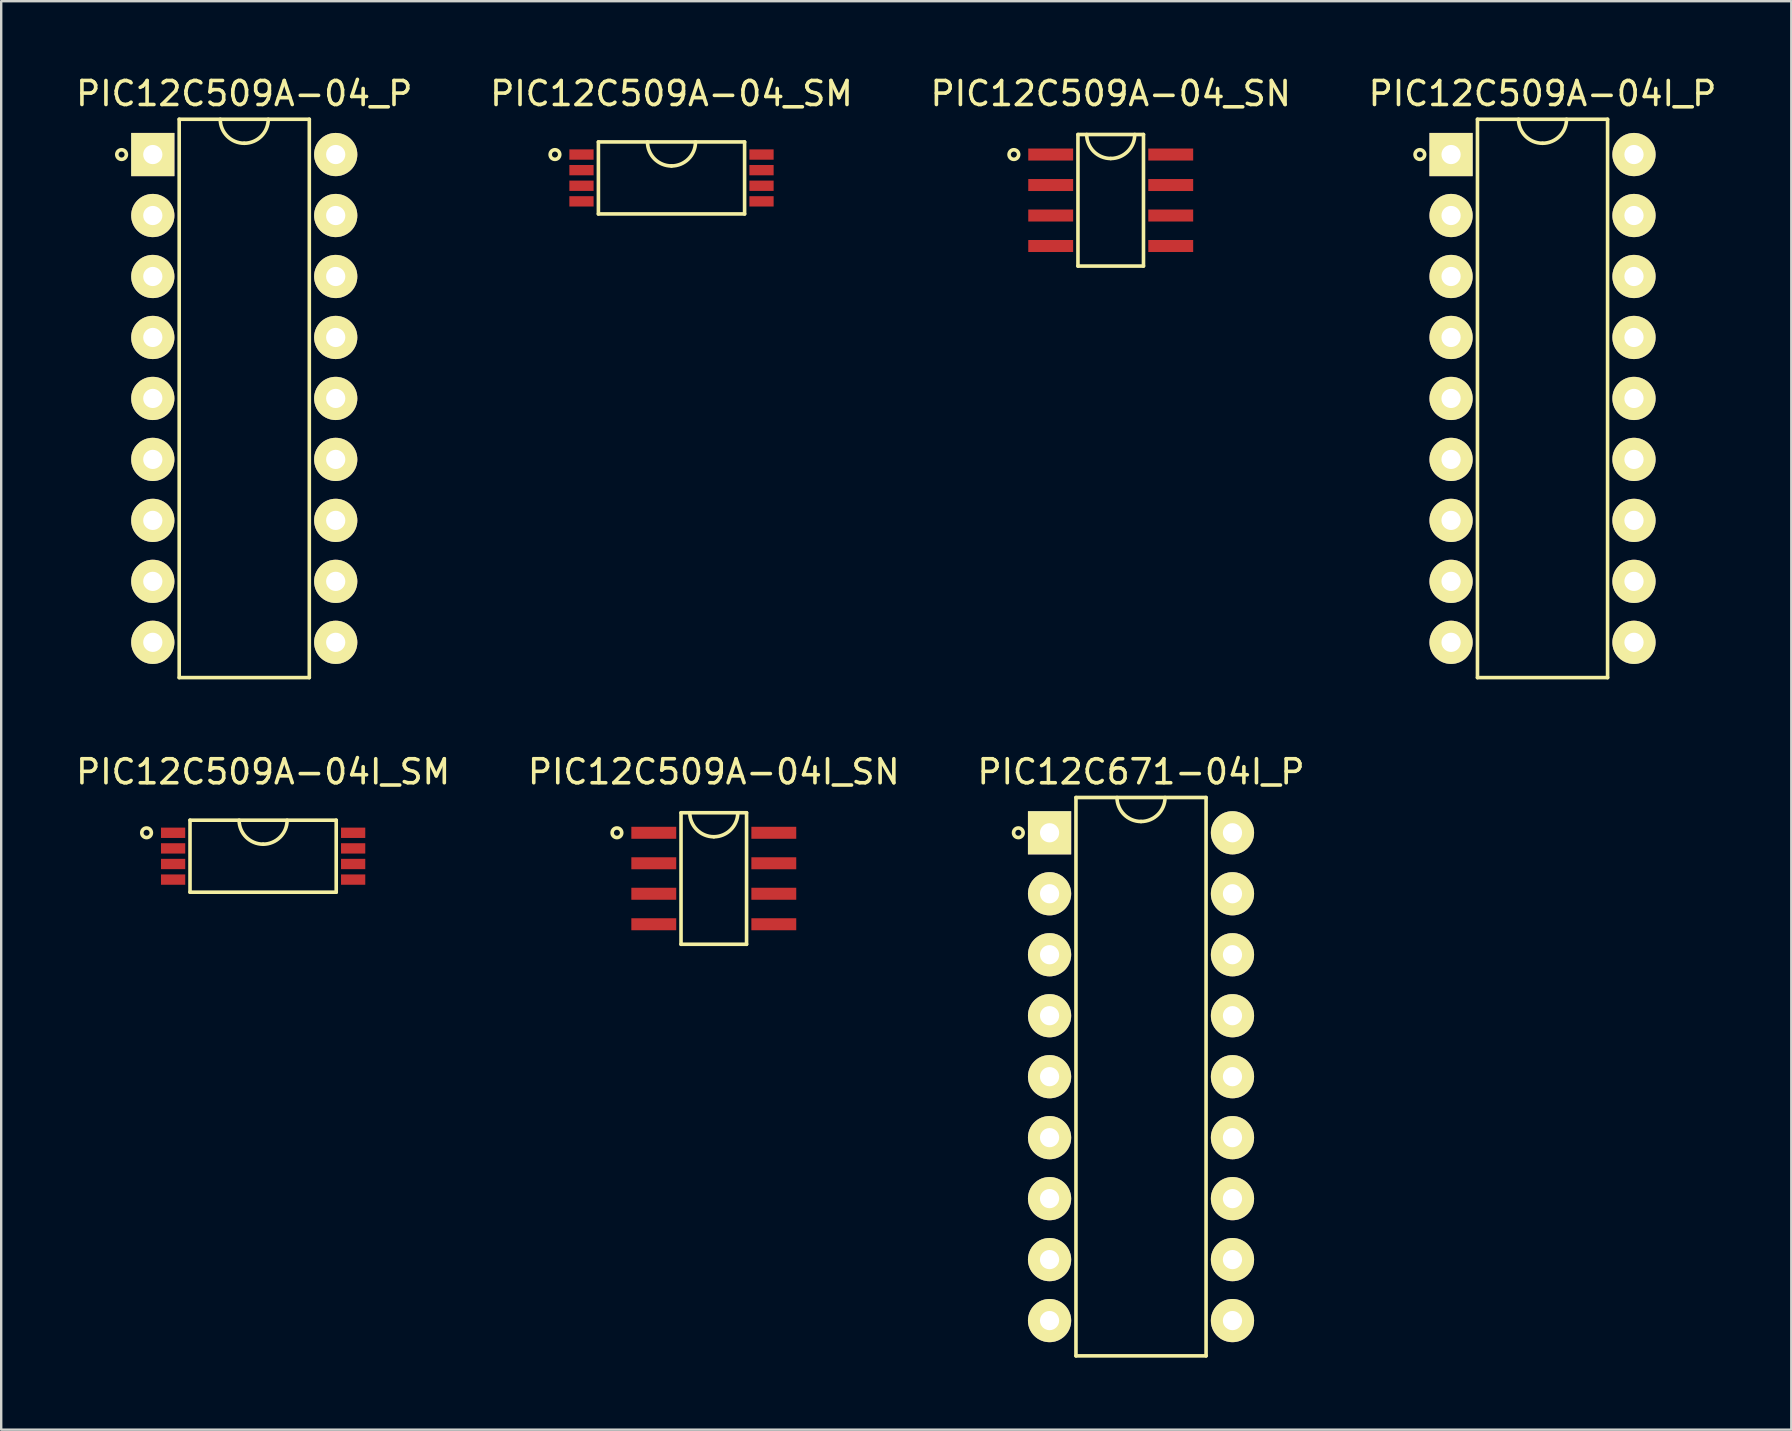
<source format=kicad_pcb>
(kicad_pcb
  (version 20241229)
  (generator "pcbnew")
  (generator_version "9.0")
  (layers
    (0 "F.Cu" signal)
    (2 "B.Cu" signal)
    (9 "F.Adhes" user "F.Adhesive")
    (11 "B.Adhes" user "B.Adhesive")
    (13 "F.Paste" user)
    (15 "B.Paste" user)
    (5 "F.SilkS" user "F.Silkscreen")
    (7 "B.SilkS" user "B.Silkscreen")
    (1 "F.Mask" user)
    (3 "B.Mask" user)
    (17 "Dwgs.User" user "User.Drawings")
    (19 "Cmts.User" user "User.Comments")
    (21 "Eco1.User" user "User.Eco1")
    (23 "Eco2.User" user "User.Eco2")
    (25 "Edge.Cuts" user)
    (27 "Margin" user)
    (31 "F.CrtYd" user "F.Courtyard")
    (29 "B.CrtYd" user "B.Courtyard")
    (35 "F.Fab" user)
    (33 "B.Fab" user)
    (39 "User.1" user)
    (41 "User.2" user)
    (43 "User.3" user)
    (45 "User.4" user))
  (footprint "PIC12C509A-04I_SM"
    (layer "F.Cu")
    (at 4.161 31.642)
    (property "Reference" "PIC12C509A-04I_SM" (at 3.75 -2.54 0) (layer "F.SilkS") (effects (font (size 1 1) (thickness 0.15))))
    (attr through_hole)
    (fp_line (start 0.705 -0.525) (end 6.795 -0.525) (stroke (width 0.15) (type solid)) (layer "F.SilkS"))
    (fp_line (start 0.705 2.475) (end 0.705 -0.525) (stroke (width 0.15) (type solid)) (layer "F.SilkS"))
    (fp_line (start 6.795 -0.525) (end 6.795 2.475) (stroke (width 0.15) (type solid)) (layer "F.SilkS"))
    (fp_line (start 6.795 2.475) (end 0.705 2.475) (stroke (width 0.15) (type solid)) (layer "F.SilkS"))
    (fp_arc (start 3.75 0.475) (mid 3.042893 0.182107) (end 2.75 -0.525) (stroke (width 0.15) (type solid)) (layer "F.SilkS"))
    (fp_arc (start 4.75 -0.525) (mid 4.457107 0.182107) (end 3.75 0.475) (stroke (width 0.15) (type solid)) (layer "F.SilkS"))
    (fp_circle (center -1.105 0) (end -1.105 0.2) (stroke (width 0.15) (type solid)) (fill no) (layer "F.SilkS"))
    (pad "1" smd rect (at 0 0) (size 1.01 0.43) (layers "F.Cu" "F.Mask" "F.Paste"))
    (pad "2" smd rect (at 0 0.65) (size 1.01 0.43) (layers "F.Cu" "F.Mask" "F.Paste"))
    (pad "3" smd rect (at 0 1.3) (size 1.01 0.43) (layers "F.Cu" "F.Mask" "F.Paste"))
    (pad "4" smd rect (at 0 1.95) (size 1.01 0.43) (layers "F.Cu" "F.Mask" "F.Paste"))
    (pad "5" smd rect (at 7.5 1.95) (size 1.01 0.43) (layers "F.Cu" "F.Mask" "F.Paste"))
    (pad "6" smd rect (at 7.5 1.3) (size 1.01 0.43) (layers "F.Cu" "F.Mask" "F.Paste"))
    (pad "7" smd rect (at 7.5 0.65) (size 1.01 0.43) (layers "F.Cu" "F.Mask" "F.Paste"))
    (pad "8" smd rect (at 7.5 0) (size 1.01 0.43) (layers "F.Cu" "F.Mask" "F.Paste")))
  (footprint "PIC12C509A-04I_P"
    (layer "F.Cu")
    (at 57.398 3.388)
    (property "Reference" "PIC12C509A-04I_P" (at 3.81 -2.54 0) (layer "F.SilkS") (effects (font (size 1 1) (thickness 0.15))))
    (attr through_hole)
    (fp_line (start 1.1 -1.47) (end 6.52 -1.47) (stroke (width 0.15) (type solid)) (layer "F.SilkS"))
    (fp_line (start 1.1 21.79) (end 1.1 -1.47) (stroke (width 0.15) (type solid)) (layer "F.SilkS"))
    (fp_line (start 6.52 -1.47) (end 6.52 21.79) (stroke (width 0.15) (type solid)) (layer "F.SilkS"))
    (fp_line (start 6.52 21.79) (end 1.1 21.79) (stroke (width 0.15) (type solid)) (layer "F.SilkS"))
    (fp_arc (start 3.81 -0.47) (mid 3.102893 -0.762893) (end 2.81 -1.47) (stroke (width 0.15) (type solid)) (layer "F.SilkS"))
    (fp_arc (start 4.81 -1.47) (mid 4.517107 -0.762893) (end 3.81 -0.47) (stroke (width 0.15) (type solid)) (layer "F.SilkS"))
    (fp_circle (center -1.3 0) (end -1.3 0.2) (stroke (width 0.15) (type solid)) (fill no) (layer "F.SilkS"))
    (pad "1" thru_hole rect (at 0 0) (size 1.8 1.8) (drill 0.8) (layers "*.Cu" "*.Mask" "F.SilkS"))
    (pad "2" thru_hole circle (at 0 2.54) (size 1.8 1.8) (drill 0.8) (layers "*.Cu" "*.Mask" "F.SilkS"))
    (pad "3" thru_hole circle (at 0 5.08) (size 1.8 1.8) (drill 0.8) (layers "*.Cu" "*.Mask" "F.SilkS"))
    (pad "4" thru_hole circle (at 0 7.62) (size 1.8 1.8) (drill 0.8) (layers "*.Cu" "*.Mask" "F.SilkS"))
    (pad "5" thru_hole circle (at 0 10.16) (size 1.8 1.8) (drill 0.8) (layers "*.Cu" "*.Mask" "F.SilkS"))
    (pad "6" thru_hole circle (at 0 12.7) (size 1.8 1.8) (drill 0.8) (layers "*.Cu" "*.Mask" "F.SilkS"))
    (pad "7" thru_hole circle (at 0 15.24) (size 1.8 1.8) (drill 0.8) (layers "*.Cu" "*.Mask" "F.SilkS"))
    (pad "8" thru_hole circle (at 0 17.78) (size 1.8 1.8) (drill 0.8) (layers "*.Cu" "*.Mask" "F.SilkS"))
    (pad "9" thru_hole circle (at 0 20.32) (size 1.8 1.8) (drill 0.8) (layers "*.Cu" "*.Mask" "F.SilkS"))
    (pad "10" thru_hole circle (at 7.62 20.32) (size 1.8 1.8) (drill 0.8) (layers "*.Cu" "*.Mask" "F.SilkS"))
    (pad "11" thru_hole circle (at 7.62 17.78) (size 1.8 1.8) (drill 0.8) (layers "*.Cu" "*.Mask" "F.SilkS"))
    (pad "12" thru_hole circle (at 7.62 15.24) (size 1.8 1.8) (drill 0.8) (layers "*.Cu" "*.Mask" "F.SilkS"))
    (pad "13" thru_hole circle (at 7.62 12.7) (size 1.8 1.8) (drill 0.8) (layers "*.Cu" "*.Mask" "F.SilkS"))
    (pad "14" thru_hole circle (at 7.62 10.16) (size 1.8 1.8) (drill 0.8) (layers "*.Cu" "*.Mask" "F.SilkS"))
    (pad "15" thru_hole circle (at 7.62 7.62) (size 1.8 1.8) (drill 0.8) (layers "*.Cu" "*.Mask" "F.SilkS"))
    (pad "16" thru_hole circle (at 7.62 5.08) (size 1.8 1.8) (drill 0.8) (layers "*.Cu" "*.Mask" "F.SilkS"))
    (pad "17" thru_hole circle (at 7.62 2.54) (size 1.8 1.8) (drill 0.8) (layers "*.Cu" "*.Mask" "F.SilkS"))
    (pad "18" thru_hole circle (at 7.62 0) (size 1.8 1.8) (drill 0.8) (layers "*.Cu" "*.Mask" "F.SilkS")))
  (footprint "PIC12C509A-04I_SN"
    (layer "F.Cu")
    (at 24.185 31.642)
    (property "Reference" "PIC12C509A-04I_SN" (at 2.5 -2.54 0) (layer "F.SilkS") (effects (font (size 1 1) (thickness 0.15))))
    (attr through_hole)
    (fp_line (start 1.135 -0.835) (end 3.865 -0.835) (stroke (width 0.15) (type solid)) (layer "F.SilkS"))
    (fp_line (start 1.135 4.645) (end 1.135 -0.835) (stroke (width 0.15) (type solid)) (layer "F.SilkS"))
    (fp_line (start 3.865 -0.835) (end 3.865 4.645) (stroke (width 0.15) (type solid)) (layer "F.SilkS"))
    (fp_line (start 3.865 4.645) (end 1.135 4.645) (stroke (width 0.15) (type solid)) (layer "F.SilkS"))
    (fp_arc (start 2.5 0.165) (mid 1.792893 -0.127893) (end 1.5 -0.835) (stroke (width 0.15) (type solid)) (layer "F.SilkS"))
    (fp_arc (start 3.5 -0.835) (mid 3.207107 -0.127893) (end 2.5 0.165) (stroke (width 0.15) (type solid)) (layer "F.SilkS"))
    (fp_circle (center -1.535 0) (end -1.535 0.2) (stroke (width 0.15) (type solid)) (fill no) (layer "F.SilkS"))
    (pad "1" smd rect (at 0 0) (size 1.87 0.5) (layers "F.Cu" "F.Mask" "F.Paste"))
    (pad "2" smd rect (at 0 1.27) (size 1.87 0.5) (layers "F.Cu" "F.Mask" "F.Paste"))
    (pad "3" smd rect (at 0 2.54) (size 1.87 0.5) (layers "F.Cu" "F.Mask" "F.Paste"))
    (pad "4" smd rect (at 0 3.81) (size 1.87 0.5) (layers "F.Cu" "F.Mask" "F.Paste"))
    (pad "5" smd rect (at 5 3.81) (size 1.87 0.5) (layers "F.Cu" "F.Mask" "F.Paste"))
    (pad "6" smd rect (at 5 2.54) (size 1.87 0.5) (layers "F.Cu" "F.Mask" "F.Paste"))
    (pad "7" smd rect (at 5 1.27) (size 1.87 0.5) (layers "F.Cu" "F.Mask" "F.Paste"))
    (pad "8" smd rect (at 5 0) (size 1.87 0.5) (layers "F.Cu" "F.Mask" "F.Paste")))
  (footprint "PIC12C509A-04_SM"
    (layer "F.Cu")
    (at 21.173 3.388)
    (property "Reference" "PIC12C509A-04_SM" (at 3.75 -2.54 0) (layer "F.SilkS") (effects (font (size 1 1) (thickness 0.15))))
    (attr through_hole)
    (fp_line (start 0.705 -0.525) (end 6.795 -0.525) (stroke (width 0.15) (type solid)) (layer "F.SilkS"))
    (fp_line (start 0.705 2.475) (end 0.705 -0.525) (stroke (width 0.15) (type solid)) (layer "F.SilkS"))
    (fp_line (start 6.795 -0.525) (end 6.795 2.475) (stroke (width 0.15) (type solid)) (layer "F.SilkS"))
    (fp_line (start 6.795 2.475) (end 0.705 2.475) (stroke (width 0.15) (type solid)) (layer "F.SilkS"))
    (fp_arc (start 3.75 0.475) (mid 3.042893 0.182107) (end 2.75 -0.525) (stroke (width 0.15) (type solid)) (layer "F.SilkS"))
    (fp_arc (start 4.75 -0.525) (mid 4.457107 0.182107) (end 3.75 0.475) (stroke (width 0.15) (type solid)) (layer "F.SilkS"))
    (fp_circle (center -1.105 0) (end -1.105 0.2) (stroke (width 0.15) (type solid)) (fill no) (layer "F.SilkS"))
    (pad "1" smd rect (at 0 0) (size 1.01 0.43) (layers "F.Cu" "F.Mask" "F.Paste"))
    (pad "2" smd rect (at 0 0.65) (size 1.01 0.43) (layers "F.Cu" "F.Mask" "F.Paste"))
    (pad "3" smd rect (at 0 1.3) (size 1.01 0.43) (layers "F.Cu" "F.Mask" "F.Paste"))
    (pad "4" smd rect (at 0 1.95) (size 1.01 0.43) (layers "F.Cu" "F.Mask" "F.Paste"))
    (pad "5" smd rect (at 7.5 1.95) (size 1.01 0.43) (layers "F.Cu" "F.Mask" "F.Paste"))
    (pad "6" smd rect (at 7.5 1.3) (size 1.01 0.43) (layers "F.Cu" "F.Mask" "F.Paste"))
    (pad "7" smd rect (at 7.5 0.65) (size 1.01 0.43) (layers "F.Cu" "F.Mask" "F.Paste"))
    (pad "8" smd rect (at 7.5 0) (size 1.01 0.43) (layers "F.Cu" "F.Mask" "F.Paste")))
  (footprint "PIC12C671-04I_P"
    (layer "F.Cu")
    (at 40.672 31.642)
    (property "Reference" "PIC12C671-04I_P" (at 3.81 -2.54 0) (layer "F.SilkS") (effects (font (size 1 1) (thickness 0.15))))
    (attr through_hole)
    (fp_line (start 1.1 -1.47) (end 6.52 -1.47) (stroke (width 0.15) (type solid)) (layer "F.SilkS"))
    (fp_line (start 1.1 21.79) (end 1.1 -1.47) (stroke (width 0.15) (type solid)) (layer "F.SilkS"))
    (fp_line (start 6.52 -1.47) (end 6.52 21.79) (stroke (width 0.15) (type solid)) (layer "F.SilkS"))
    (fp_line (start 6.52 21.79) (end 1.1 21.79) (stroke (width 0.15) (type solid)) (layer "F.SilkS"))
    (fp_arc (start 3.81 -0.47) (mid 3.102893 -0.762893) (end 2.81 -1.47) (stroke (width 0.15) (type solid)) (layer "F.SilkS"))
    (fp_arc (start 4.81 -1.47) (mid 4.517107 -0.762893) (end 3.81 -0.47) (stroke (width 0.15) (type solid)) (layer "F.SilkS"))
    (fp_circle (center -1.3 0) (end -1.3 0.2) (stroke (width 0.15) (type solid)) (fill no) (layer "F.SilkS"))
    (pad "1" thru_hole rect (at 0 0) (size 1.8 1.8) (drill 0.8) (layers "*.Cu" "*.Mask" "F.SilkS"))
    (pad "2" thru_hole circle (at 0 2.54) (size 1.8 1.8) (drill 0.8) (layers "*.Cu" "*.Mask" "F.SilkS"))
    (pad "3" thru_hole circle (at 0 5.08) (size 1.8 1.8) (drill 0.8) (layers "*.Cu" "*.Mask" "F.SilkS"))
    (pad "4" thru_hole circle (at 0 7.62) (size 1.8 1.8) (drill 0.8) (layers "*.Cu" "*.Mask" "F.SilkS"))
    (pad "5" thru_hole circle (at 0 10.16) (size 1.8 1.8) (drill 0.8) (layers "*.Cu" "*.Mask" "F.SilkS"))
    (pad "6" thru_hole circle (at 0 12.7) (size 1.8 1.8) (drill 0.8) (layers "*.Cu" "*.Mask" "F.SilkS"))
    (pad "7" thru_hole circle (at 0 15.24) (size 1.8 1.8) (drill 0.8) (layers "*.Cu" "*.Mask" "F.SilkS"))
    (pad "8" thru_hole circle (at 0 17.78) (size 1.8 1.8) (drill 0.8) (layers "*.Cu" "*.Mask" "F.SilkS"))
    (pad "9" thru_hole circle (at 0 20.32) (size 1.8 1.8) (drill 0.8) (layers "*.Cu" "*.Mask" "F.SilkS"))
    (pad "10" thru_hole circle (at 7.62 20.32) (size 1.8 1.8) (drill 0.8) (layers "*.Cu" "*.Mask" "F.SilkS"))
    (pad "11" thru_hole circle (at 7.62 17.78) (size 1.8 1.8) (drill 0.8) (layers "*.Cu" "*.Mask" "F.SilkS"))
    (pad "12" thru_hole circle (at 7.62 15.24) (size 1.8 1.8) (drill 0.8) (layers "*.Cu" "*.Mask" "F.SilkS"))
    (pad "13" thru_hole circle (at 7.62 12.7) (size 1.8 1.8) (drill 0.8) (layers "*.Cu" "*.Mask" "F.SilkS"))
    (pad "14" thru_hole circle (at 7.62 10.16) (size 1.8 1.8) (drill 0.8) (layers "*.Cu" "*.Mask" "F.SilkS"))
    (pad "15" thru_hole circle (at 7.62 7.62) (size 1.8 1.8) (drill 0.8) (layers "*.Cu" "*.Mask" "F.SilkS"))
    (pad "16" thru_hole circle (at 7.62 5.08) (size 1.8 1.8) (drill 0.8) (layers "*.Cu" "*.Mask" "F.SilkS"))
    (pad "17" thru_hole circle (at 7.62 2.54) (size 1.8 1.8) (drill 0.8) (layers "*.Cu" "*.Mask" "F.SilkS"))
    (pad "18" thru_hole circle (at 7.62 0) (size 1.8 1.8) (drill 0.8) (layers "*.Cu" "*.Mask" "F.SilkS")))
  (footprint "PIC12C509A-04_P"
    (layer "F.Cu")
    (at 3.315 3.388)
    (property "Reference" "PIC12C509A-04_P" (at 3.81 -2.54 0) (layer "F.SilkS") (effects (font (size 1 1) (thickness 0.15))))
    (attr through_hole)
    (fp_line (start 1.1 -1.47) (end 6.52 -1.47) (stroke (width 0.15) (type solid)) (layer "F.SilkS"))
    (fp_line (start 1.1 21.79) (end 1.1 -1.47) (stroke (width 0.15) (type solid)) (layer "F.SilkS"))
    (fp_line (start 6.52 -1.47) (end 6.52 21.79) (stroke (width 0.15) (type solid)) (layer "F.SilkS"))
    (fp_line (start 6.52 21.79) (end 1.1 21.79) (stroke (width 0.15) (type solid)) (layer "F.SilkS"))
    (fp_arc (start 3.81 -0.47) (mid 3.102893 -0.762893) (end 2.81 -1.47) (stroke (width 0.15) (type solid)) (layer "F.SilkS"))
    (fp_arc (start 4.81 -1.47) (mid 4.517107 -0.762893) (end 3.81 -0.47) (stroke (width 0.15) (type solid)) (layer "F.SilkS"))
    (fp_circle (center -1.3 0) (end -1.3 0.2) (stroke (width 0.15) (type solid)) (fill no) (layer "F.SilkS"))
    (pad "1" thru_hole rect (at 0 0) (size 1.8 1.8) (drill 0.8) (layers "*.Cu" "*.Mask" "F.SilkS"))
    (pad "2" thru_hole circle (at 0 2.54) (size 1.8 1.8) (drill 0.8) (layers "*.Cu" "*.Mask" "F.SilkS"))
    (pad "3" thru_hole circle (at 0 5.08) (size 1.8 1.8) (drill 0.8) (layers "*.Cu" "*.Mask" "F.SilkS"))
    (pad "4" thru_hole circle (at 0 7.62) (size 1.8 1.8) (drill 0.8) (layers "*.Cu" "*.Mask" "F.SilkS"))
    (pad "5" thru_hole circle (at 0 10.16) (size 1.8 1.8) (drill 0.8) (layers "*.Cu" "*.Mask" "F.SilkS"))
    (pad "6" thru_hole circle (at 0 12.7) (size 1.8 1.8) (drill 0.8) (layers "*.Cu" "*.Mask" "F.SilkS"))
    (pad "7" thru_hole circle (at 0 15.24) (size 1.8 1.8) (drill 0.8) (layers "*.Cu" "*.Mask" "F.SilkS"))
    (pad "8" thru_hole circle (at 0 17.78) (size 1.8 1.8) (drill 0.8) (layers "*.Cu" "*.Mask" "F.SilkS"))
    (pad "9" thru_hole circle (at 0 20.32) (size 1.8 1.8) (drill 0.8) (layers "*.Cu" "*.Mask" "F.SilkS"))
    (pad "10" thru_hole circle (at 7.62 20.32) (size 1.8 1.8) (drill 0.8) (layers "*.Cu" "*.Mask" "F.SilkS"))
    (pad "11" thru_hole circle (at 7.62 17.78) (size 1.8 1.8) (drill 0.8) (layers "*.Cu" "*.Mask" "F.SilkS"))
    (pad "12" thru_hole circle (at 7.62 15.24) (size 1.8 1.8) (drill 0.8) (layers "*.Cu" "*.Mask" "F.SilkS"))
    (pad "13" thru_hole circle (at 7.62 12.7) (size 1.8 1.8) (drill 0.8) (layers "*.Cu" "*.Mask" "F.SilkS"))
    (pad "14" thru_hole circle (at 7.62 10.16) (size 1.8 1.8) (drill 0.8) (layers "*.Cu" "*.Mask" "F.SilkS"))
    (pad "15" thru_hole circle (at 7.62 7.62) (size 1.8 1.8) (drill 0.8) (layers "*.Cu" "*.Mask" "F.SilkS"))
    (pad "16" thru_hole circle (at 7.62 5.08) (size 1.8 1.8) (drill 0.8) (layers "*.Cu" "*.Mask" "F.SilkS"))
    (pad "17" thru_hole circle (at 7.62 2.54) (size 1.8 1.8) (drill 0.8) (layers "*.Cu" "*.Mask" "F.SilkS"))
    (pad "18" thru_hole circle (at 7.62 0) (size 1.8 1.8) (drill 0.8) (layers "*.Cu" "*.Mask" "F.SilkS")))
  (footprint "PIC12C509A-04_SN"
    (layer "F.Cu")
    (at 40.72 3.388)
    (property "Reference" "PIC12C509A-04_SN" (at 2.5 -2.54 0) (layer "F.SilkS") (effects (font (size 1 1) (thickness 0.15))))
    (attr through_hole)
    (fp_line (start 1.135 -0.835) (end 3.865 -0.835) (stroke (width 0.15) (type solid)) (layer "F.SilkS"))
    (fp_line (start 1.135 4.645) (end 1.135 -0.835) (stroke (width 0.15) (type solid)) (layer "F.SilkS"))
    (fp_line (start 3.865 -0.835) (end 3.865 4.645) (stroke (width 0.15) (type solid)) (layer "F.SilkS"))
    (fp_line (start 3.865 4.645) (end 1.135 4.645) (stroke (width 0.15) (type solid)) (layer "F.SilkS"))
    (fp_arc (start 2.5 0.165) (mid 1.792893 -0.127893) (end 1.5 -0.835) (stroke (width 0.15) (type solid)) (layer "F.SilkS"))
    (fp_arc (start 3.5 -0.835) (mid 3.207107 -0.127893) (end 2.5 0.165) (stroke (width 0.15) (type solid)) (layer "F.SilkS"))
    (fp_circle (center -1.535 0) (end -1.535 0.2) (stroke (width 0.15) (type solid)) (fill no) (layer "F.SilkS"))
    (pad "1" smd rect (at 0 0) (size 1.87 0.5) (layers "F.Cu" "F.Mask" "F.Paste"))
    (pad "2" smd rect (at 0 1.27) (size 1.87 0.5) (layers "F.Cu" "F.Mask" "F.Paste"))
    (pad "3" smd rect (at 0 2.54) (size 1.87 0.5) (layers "F.Cu" "F.Mask" "F.Paste"))
    (pad "4" smd rect (at 0 3.81) (size 1.87 0.5) (layers "F.Cu" "F.Mask" "F.Paste"))
    (pad "5" smd rect (at 5 3.81) (size 1.87 0.5) (layers "F.Cu" "F.Mask" "F.Paste"))
    (pad "6" smd rect (at 5 2.54) (size 1.87 0.5) (layers "F.Cu" "F.Mask" "F.Paste"))
    (pad "7" smd rect (at 5 1.27) (size 1.87 0.5) (layers "F.Cu" "F.Mask" "F.Paste"))
    (pad "8" smd rect (at 5 0) (size 1.87 0.5) (layers "F.Cu" "F.Mask" "F.Paste")))
  (gr_rect
    (start -3 -3)
    (end 71.571 56.507)
    (stroke (width 0.1) (type default))
    (fill no)
    (layer "Edge.Cuts")))
</source>
